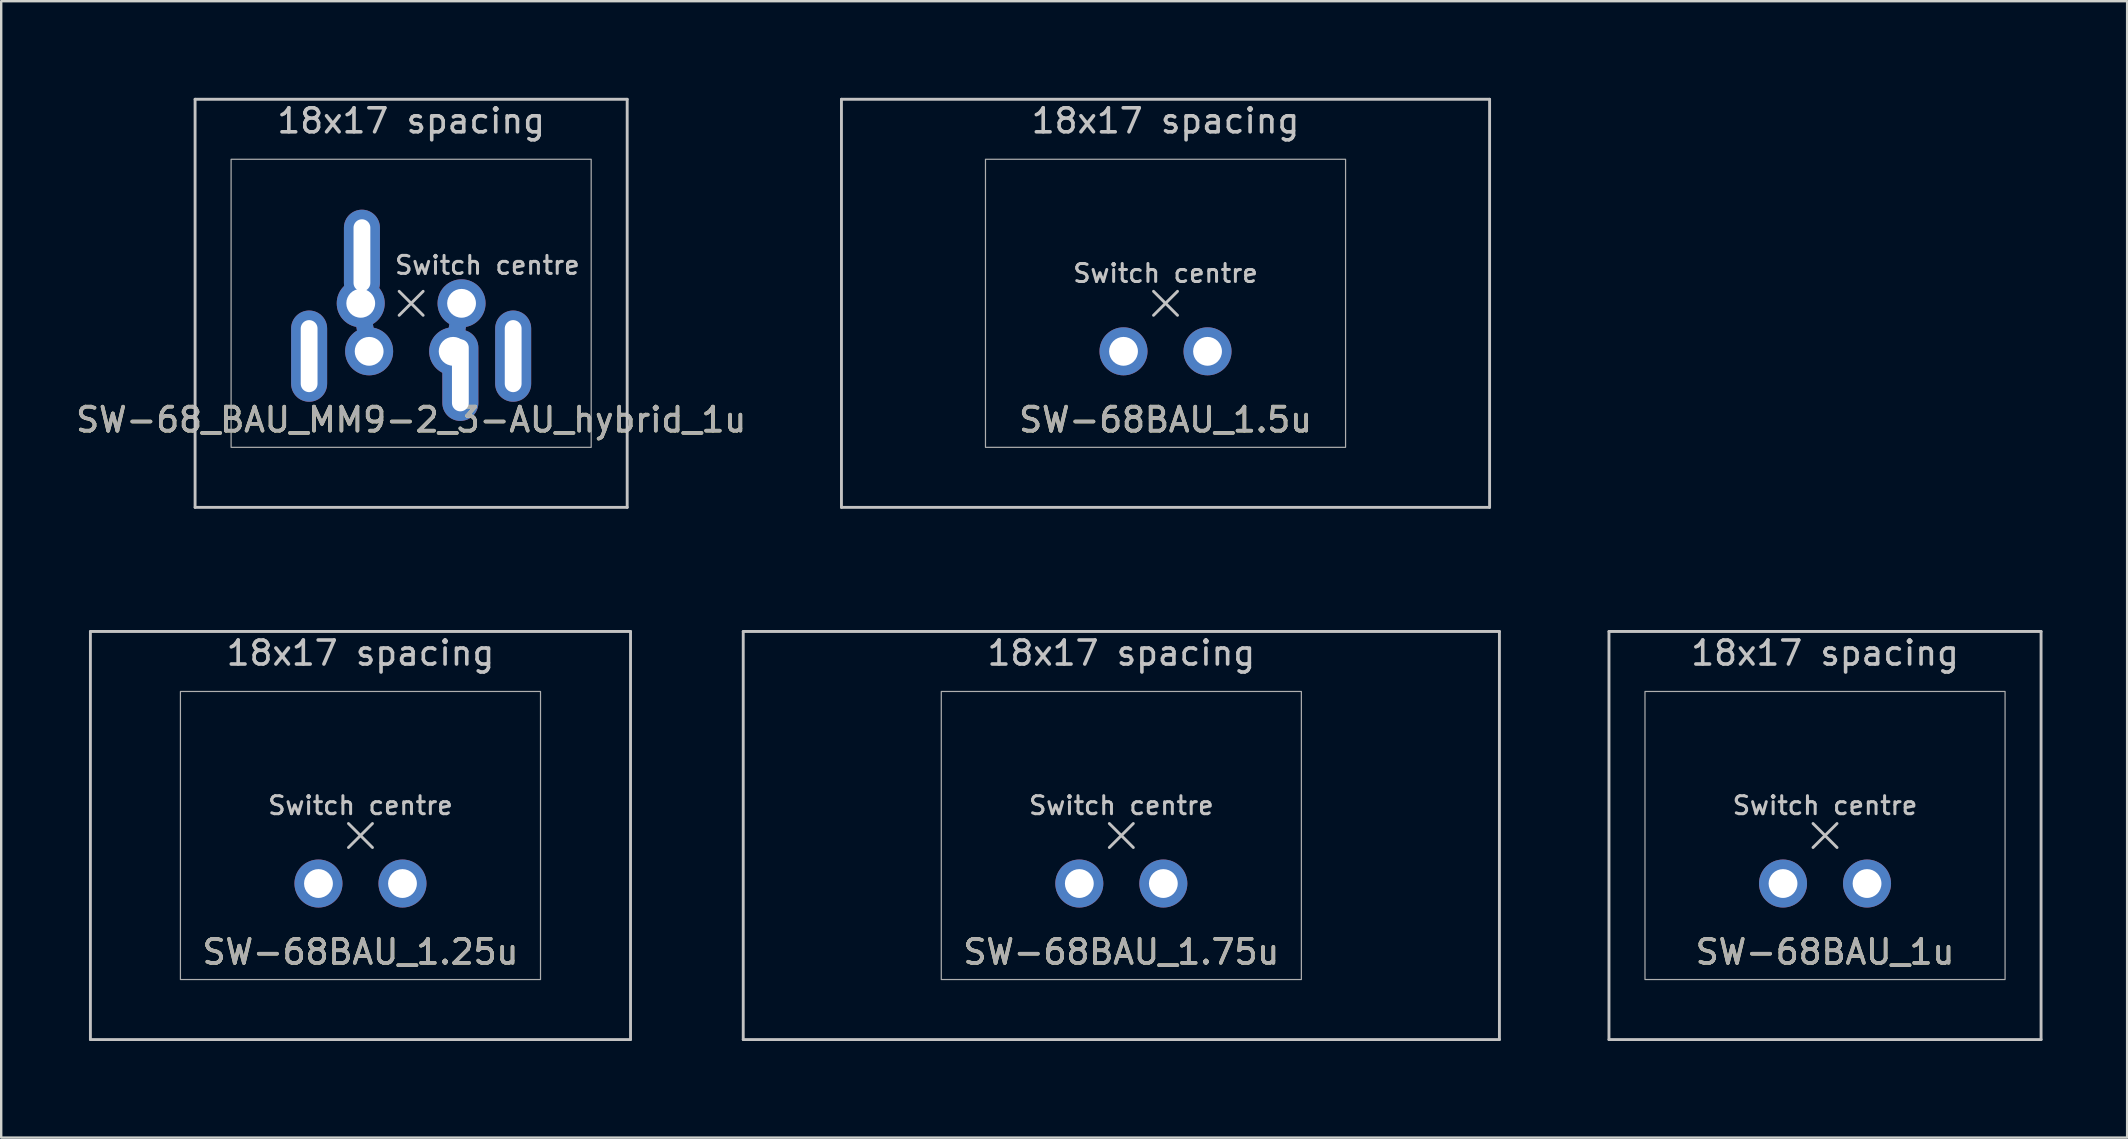
<source format=kicad_pcb>
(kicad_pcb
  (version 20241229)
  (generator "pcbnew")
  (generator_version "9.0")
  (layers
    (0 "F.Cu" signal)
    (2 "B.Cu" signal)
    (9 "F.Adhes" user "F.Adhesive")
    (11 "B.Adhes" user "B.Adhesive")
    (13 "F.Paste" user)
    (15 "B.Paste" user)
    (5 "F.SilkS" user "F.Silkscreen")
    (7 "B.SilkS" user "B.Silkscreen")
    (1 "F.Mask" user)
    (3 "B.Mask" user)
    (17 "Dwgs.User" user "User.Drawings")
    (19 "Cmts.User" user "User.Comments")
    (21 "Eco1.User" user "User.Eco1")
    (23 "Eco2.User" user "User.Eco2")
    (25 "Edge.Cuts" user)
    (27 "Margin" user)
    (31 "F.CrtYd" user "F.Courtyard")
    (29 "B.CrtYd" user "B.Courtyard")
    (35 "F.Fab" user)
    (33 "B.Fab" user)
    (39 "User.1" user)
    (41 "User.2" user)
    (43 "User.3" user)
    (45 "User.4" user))
  (footprint "SW-68_BAU_MM9-2_3-AU_hybrid_1u"
    (layer "F.Cu")
    (at 14.077 9.585)
    (property "Reference" "SW-68_BAU_MM9-2_3-AU_hybrid_1u" (at 0 4.85 0) (unlocked yes) (layer "F.SilkS") (effects (font (size 1 1) (thickness 0.15))))
    (attr through_hole)
    (fp_line (start -2.1 0) (end -1.75 2) (stroke (width 0.7) (type solid)) (layer "F.Cu"))
    (fp_line (start 2.1 0) (end 1.75 2) (stroke (width 0.7) (type solid)) (layer "F.Cu"))
    (fp_line (start -2.1 0) (end -1.75 2) (stroke (width 0.7) (type solid)) (layer "B.Cu"))
    (fp_line (start 2.1 0) (end 1.75 2) (stroke (width 0.7) (type solid)) (layer "B.Cu"))
    (fp_line (start -9 -8.5) (end 9 -8.5) (stroke (width 0.12) (type solid)) (layer "Dwgs.User"))
    (fp_line (start -9 8.5) (end -9 -8.5) (stroke (width 0.12) (type solid)) (layer "Dwgs.User"))
    (fp_line (start -9 8.5) (end 9 8.5) (stroke (width 0.12) (type solid)) (layer "Dwgs.User"))
    (fp_line (start -0.5 -0.5) (end 0.5 0.5) (stroke (width 0.12) (type solid)) (layer "Dwgs.User"))
    (fp_line (start -0.5 0.5) (end 0.5 -0.5) (stroke (width 0.12) (type solid)) (layer "Dwgs.User"))
    (fp_line (start 9 -8.5) (end 9 8.5) (stroke (width 0.12) (type solid)) (layer "Dwgs.User"))
    (fp_line (start -9.525 -9.525) (end -9.525 9.525) (stroke (width 0.12) (type solid)) (layer "Eco1.User"))
    (fp_line (start 9.525 -9.525) (end -9.525 -9.525) (stroke (width 0.12) (type solid)) (layer "Eco1.User"))
    (fp_line (start 9.525 9.525) (end -9.525 9.525) (stroke (width 0.12) (type solid)) (layer "Eco1.User"))
    (fp_line (start 9.525 9.525) (end 9.525 -9.525) (stroke (width 0.12) (type solid)) (layer "Eco1.User"))
    (fp_rect (start 7.5 6) (end -7.5 -6) (stroke (width 0.05) (type solid)) (fill no) (layer "F.Fab"))
    (fp_text user "18x17 spacing" (at 0 -7.6 180) (layer "Dwgs.User") (effects (font (size 1 1) (thickness 0.15))))
    (fp_text user "Switch centre" (at 3.175 -1.587 0) (unlocked yes) (layer "Dwgs.User") (effects (font (size 0.75 0.75) (thickness 0.125))))
    (fp_text user "19.05 spacing" (at 0 -8.7 180) (layer "Eco1.User") (effects (font (size 1 1) (thickness 0.15))))
    (fp_text user "${REFERENCE}" (at 0 4.85 0) (unlocked yes) (layer "F.Fab") (effects (font (size 1 1) (thickness 0.15))))
    (pad "1" thru_hole circle (at 1.75 2) (size 2 2) (drill 1.2) (layers "*.Cu" "*.Mask"))
    (pad "1" thru_hole oval (at 2.05 3) (size 1.5 3.8) (drill oval 0.7 3) (layers "*.Cu" "*.Mask"))
    (pad "1" thru_hole circle (at 2.1 0 90) (size 2 2) (drill 1.2) (layers "*.Cu" "*.Mask"))
    (pad "1" thru_hole oval (at 4.25 2.2) (size 1.5 3.8) (drill oval 0.7 3) (layers "*.Cu" "*.Mask"))
    (pad "2" thru_hole oval (at -4.25 2.2) (size 1.5 3.8) (drill oval 0.7 3) (layers "*.Cu" "*.Mask"))
    (pad "2" thru_hole circle (at -2.1 0) (size 2 2) (drill 1.2) (layers "*.Cu" "*.Mask"))
    (pad "2" thru_hole oval (at -2.05 -2) (size 1.5 3.8) (drill oval 0.7 3) (layers "*.Cu" "*.Mask"))
    (pad "2" thru_hole circle (at -1.75 2) (size 2 2) (drill 1.2) (layers "*.Cu" "*.Mask")))
  (footprint "SW-68BAU_1u"
    (layer "F.Cu")
    (at 72.975 31.755)
    (property "Reference" "SW-68BAU_1u" (at 0 4.85 0) (unlocked yes) (layer "F.SilkS") (effects (font (size 1 1) (thickness 0.15))))
    (attr through_hole)
    (fp_line (start -9 -8.5) (end 9 -8.5) (stroke (width 0.12) (type solid)) (layer "Dwgs.User"))
    (fp_line (start -9 8.5) (end -9 -8.5) (stroke (width 0.12) (type solid)) (layer "Dwgs.User"))
    (fp_line (start -9 8.5) (end 9 8.5) (stroke (width 0.12) (type solid)) (layer "Dwgs.User"))
    (fp_line (start -0.5 -0.5) (end 0.5 0.5) (stroke (width 0.12) (type solid)) (layer "Dwgs.User"))
    (fp_line (start -0.5 0.5) (end 0.5 -0.5) (stroke (width 0.12) (type solid)) (layer "Dwgs.User"))
    (fp_line (start 9 -8.5) (end 9 8.5) (stroke (width 0.12) (type solid)) (layer "Dwgs.User"))
    (fp_line (start -9.525 -9.525) (end -9.525 9.525) (stroke (width 0.12) (type solid)) (layer "Eco1.User"))
    (fp_line (start 9.525 -9.525) (end -9.525 -9.525) (stroke (width 0.12) (type solid)) (layer "Eco1.User"))
    (fp_line (start 9.525 9.525) (end -9.525 9.525) (stroke (width 0.12) (type solid)) (layer "Eco1.User"))
    (fp_line (start 9.525 9.525) (end 9.525 -9.525) (stroke (width 0.12) (type solid)) (layer "Eco1.User"))
    (fp_rect (start 7.5 6) (end -7.5 -6) (stroke (width 0.05) (type solid)) (fill no) (layer "F.Fab"))
    (fp_text user "Switch centre" (at 0 -1.25 0) (unlocked yes) (layer "Dwgs.User") (effects (font (size 0.75 0.75) (thickness 0.125))))
    (fp_text user "18x17 spacing" (at 0 -7.6 180) (layer "Dwgs.User") (effects (font (size 1 1) (thickness 0.15))))
    (fp_text user "19.05 spacing" (at 0 -8.7 180) (layer "Eco1.User") (effects (font (size 1 1) (thickness 0.15))))
    (fp_text user "${REFERENCE}" (at 0 4.85 0) (unlocked yes) (layer "F.Fab") (effects (font (size 1 1) (thickness 0.15))))
    (pad "1" thru_hole circle (at 1.75 2) (size 2 2) (drill 1.2) (layers "*.Cu" "*.Mask"))
    (pad "2" thru_hole circle (at -1.75 2) (size 2 2) (drill 1.2) (layers "*.Cu" "*.Mask")))
  (footprint "SW-68BAU_1.5u"
    (layer "F.Cu")
    (at 45.502 9.585)
    (property "Reference" "SW-68BAU_1.5u" (at 0 4.85 0) (unlocked yes) (layer "F.SilkS") (effects (font (size 1 1) (thickness 0.15))))
    (attr through_hole)
    (fp_line (start -13.5 -8.5) (end 13.5 -8.5) (stroke (width 0.12) (type solid)) (layer "Dwgs.User"))
    (fp_line (start -13.5 8.5) (end -13.5 -8.5) (stroke (width 0.12) (type solid)) (layer "Dwgs.User"))
    (fp_line (start -0.5 -0.5) (end 0.5 0.5) (stroke (width 0.12) (type solid)) (layer "Dwgs.User"))
    (fp_line (start -0.5 0.5) (end 0.5 -0.5) (stroke (width 0.12) (type solid)) (layer "Dwgs.User"))
    (fp_line (start 13.5 -8.5) (end 13.5 8.5) (stroke (width 0.12) (type solid)) (layer "Dwgs.User"))
    (fp_line (start 13.5 8.5) (end -13.5 8.5) (stroke (width 0.12) (type solid)) (layer "Dwgs.User"))
    (fp_line (start -14.287 -9.525) (end -14.287 9.525) (stroke (width 0.12) (type solid)) (layer "Eco1.User"))
    (fp_line (start -14.287 9.525) (end 14.287 9.525) (stroke (width 0.12) (type solid)) (layer "Eco1.User"))
    (fp_line (start 14.287 -9.525) (end -14.287 -9.525) (stroke (width 0.12) (type solid)) (layer "Eco1.User"))
    (fp_line (start 14.287 9.525) (end 14.287 -9.525) (stroke (width 0.12) (type solid)) (layer "Eco1.User"))
    (fp_rect (start 7.5 6) (end -7.5 -6) (stroke (width 0.05) (type solid)) (fill no) (layer "F.Fab"))
    (fp_text user "18x17 spacing" (at 0 -7.6 0) (layer "Dwgs.User") (effects (font (size 1 1) (thickness 0.15))))
    (fp_text user "Switch centre" (at 0 -1.25 0) (unlocked yes) (layer "Dwgs.User") (effects (font (size 0.75 0.75) (thickness 0.125))))
    (fp_text user "19.05 spacing" (at 0 -8.7 0) (layer "Eco1.User") (effects (font (size 1 1) (thickness 0.15))))
    (fp_text user "${REFERENCE}" (at 0 4.85 0) (unlocked yes) (layer "F.Fab") (effects (font (size 1 1) (thickness 0.15))))
    (pad "1" thru_hole circle (at 1.75 2) (size 2 2) (drill 1.2) (layers "*.Cu" "*.Mask"))
    (pad "2" thru_hole circle (at -1.75 2) (size 2 2) (drill 1.2) (layers "*.Cu" "*.Mask")))
  (footprint "SW-68BAU_1.75u"
    (layer "F.Cu")
    (at 43.661 31.755)
    (property "Reference" "SW-68BAU_1.75u" (at 0 4.85 0) (unlocked yes) (layer "F.SilkS") (effects (font (size 1 1) (thickness 0.15))))
    (attr through_hole)
    (fp_line (start -15.75 -8.5) (end 15.75 -8.5) (stroke (width 0.12) (type solid)) (layer "Dwgs.User"))
    (fp_line (start -15.75 8.5) (end -15.75 -8.5) (stroke (width 0.12) (type solid)) (layer "Dwgs.User"))
    (fp_line (start -0.5 -0.5) (end 0.5 0.5) (stroke (width 0.12) (type solid)) (layer "Dwgs.User"))
    (fp_line (start -0.5 0.5) (end 0.5 -0.5) (stroke (width 0.12) (type solid)) (layer "Dwgs.User"))
    (fp_line (start 15.75 -8.5) (end 15.75 8.5) (stroke (width 0.12) (type solid)) (layer "Dwgs.User"))
    (fp_line (start 15.75 8.5) (end -15.75 8.5) (stroke (width 0.12) (type solid)) (layer "Dwgs.User"))
    (fp_line (start -16.669 -9.525) (end -16.669 9.525) (stroke (width 0.12) (type solid)) (layer "Eco1.User"))
    (fp_line (start -16.669 9.525) (end 16.669 9.525) (stroke (width 0.12) (type solid)) (layer "Eco1.User"))
    (fp_line (start 16.669 -9.525) (end -16.669 -9.525) (stroke (width 0.12) (type solid)) (layer "Eco1.User"))
    (fp_line (start 16.669 9.525) (end 16.669 -9.525) (stroke (width 0.12) (type solid)) (layer "Eco1.User"))
    (fp_rect (start 7.5 6) (end -7.5 -6) (stroke (width 0.05) (type solid)) (fill no) (layer "F.Fab"))
    (fp_text user "18x17 spacing" (at 0 -7.6 0) (layer "Dwgs.User") (effects (font (size 1 1) (thickness 0.15))))
    (fp_text user "Switch centre" (at 0 -1.25 0) (unlocked yes) (layer "Dwgs.User") (effects (font (size 0.75 0.75) (thickness 0.125))))
    (fp_text user "19.05 spacing" (at 0 -8.7 0) (layer "Eco1.User") (effects (font (size 1 1) (thickness 0.15))))
    (fp_text user "${REFERENCE}" (at 0 4.85 0) (unlocked yes) (layer "F.Fab") (effects (font (size 1 1) (thickness 0.15))))
    (pad "1" thru_hole circle (at 1.75 2) (size 2 2) (drill 1.2) (layers "*.Cu" "*.Mask"))
    (pad "2" thru_hole circle (at -1.75 2) (size 2 2) (drill 1.2) (layers "*.Cu" "*.Mask")))
  (footprint "SW-68BAU_1.25u"
    (layer "F.Cu")
    (at 11.966 31.755)
    (property "Reference" "SW-68BAU_1.25u" (at 0 4.85 0) (unlocked yes) (layer "F.SilkS") (effects (font (size 1 1) (thickness 0.15))))
    (attr through_hole)
    (fp_line (start -11.25 -8.5) (end 11.25 -8.5) (stroke (width 0.12) (type solid)) (layer "Dwgs.User"))
    (fp_line (start -11.25 8.5) (end -11.25 -8.5) (stroke (width 0.12) (type solid)) (layer "Dwgs.User"))
    (fp_line (start -0.5 -0.5) (end 0.5 0.5) (stroke (width 0.12) (type solid)) (layer "Dwgs.User"))
    (fp_line (start -0.5 0.5) (end 0.5 -0.5) (stroke (width 0.12) (type solid)) (layer "Dwgs.User"))
    (fp_line (start 11.25 -8.5) (end 11.25 8.5) (stroke (width 0.12) (type solid)) (layer "Dwgs.User"))
    (fp_line (start 11.25 8.5) (end -11.25 8.5) (stroke (width 0.12) (type solid)) (layer "Dwgs.User"))
    (fp_line (start -11.906 -9.525) (end -11.906 9.525) (stroke (width 0.12) (type solid)) (layer "Eco1.User"))
    (fp_line (start -11.906 9.525) (end 11.906 9.525) (stroke (width 0.12) (type solid)) (layer "Eco1.User"))
    (fp_line (start 11.906 -9.525) (end -11.906 -9.525) (stroke (width 0.12) (type solid)) (layer "Eco1.User"))
    (fp_line (start 11.906 9.525) (end 11.906 -9.525) (stroke (width 0.12) (type solid)) (layer "Eco1.User"))
    (fp_rect (start 7.5 6) (end -7.5 -6) (stroke (width 0.05) (type solid)) (fill no) (layer "F.Fab"))
    (fp_text user "18x17 spacing" (at 0 -7.6 0) (layer "Dwgs.User") (effects (font (size 1 1) (thickness 0.15))))
    (fp_text user "Switch centre" (at 0 -1.25 0) (unlocked yes) (layer "Dwgs.User") (effects (font (size 0.75 0.75) (thickness 0.125))))
    (fp_text user "19.05 spacing" (at 0 -8.7 0) (layer "Eco1.User") (effects (font (size 1 1) (thickness 0.15))))
    (fp_text user "${REFERENCE}" (at 0 4.85 0) (unlocked yes) (layer "F.Fab") (effects (font (size 1 1) (thickness 0.15))))
    (pad "1" thru_hole circle (at 1.75 2) (size 2 2) (drill 1.2) (layers "*.Cu" "*.Mask"))
    (pad "2" thru_hole circle (at -1.75 2) (size 2 2) (drill 1.2) (layers "*.Cu" "*.Mask")))
  (gr_rect
    (start -3 -3)
    (end 85.56 44.34)
    (stroke (width 0.1) (type default))
    (fill no)
    (layer "Edge.Cuts")))
</source>
